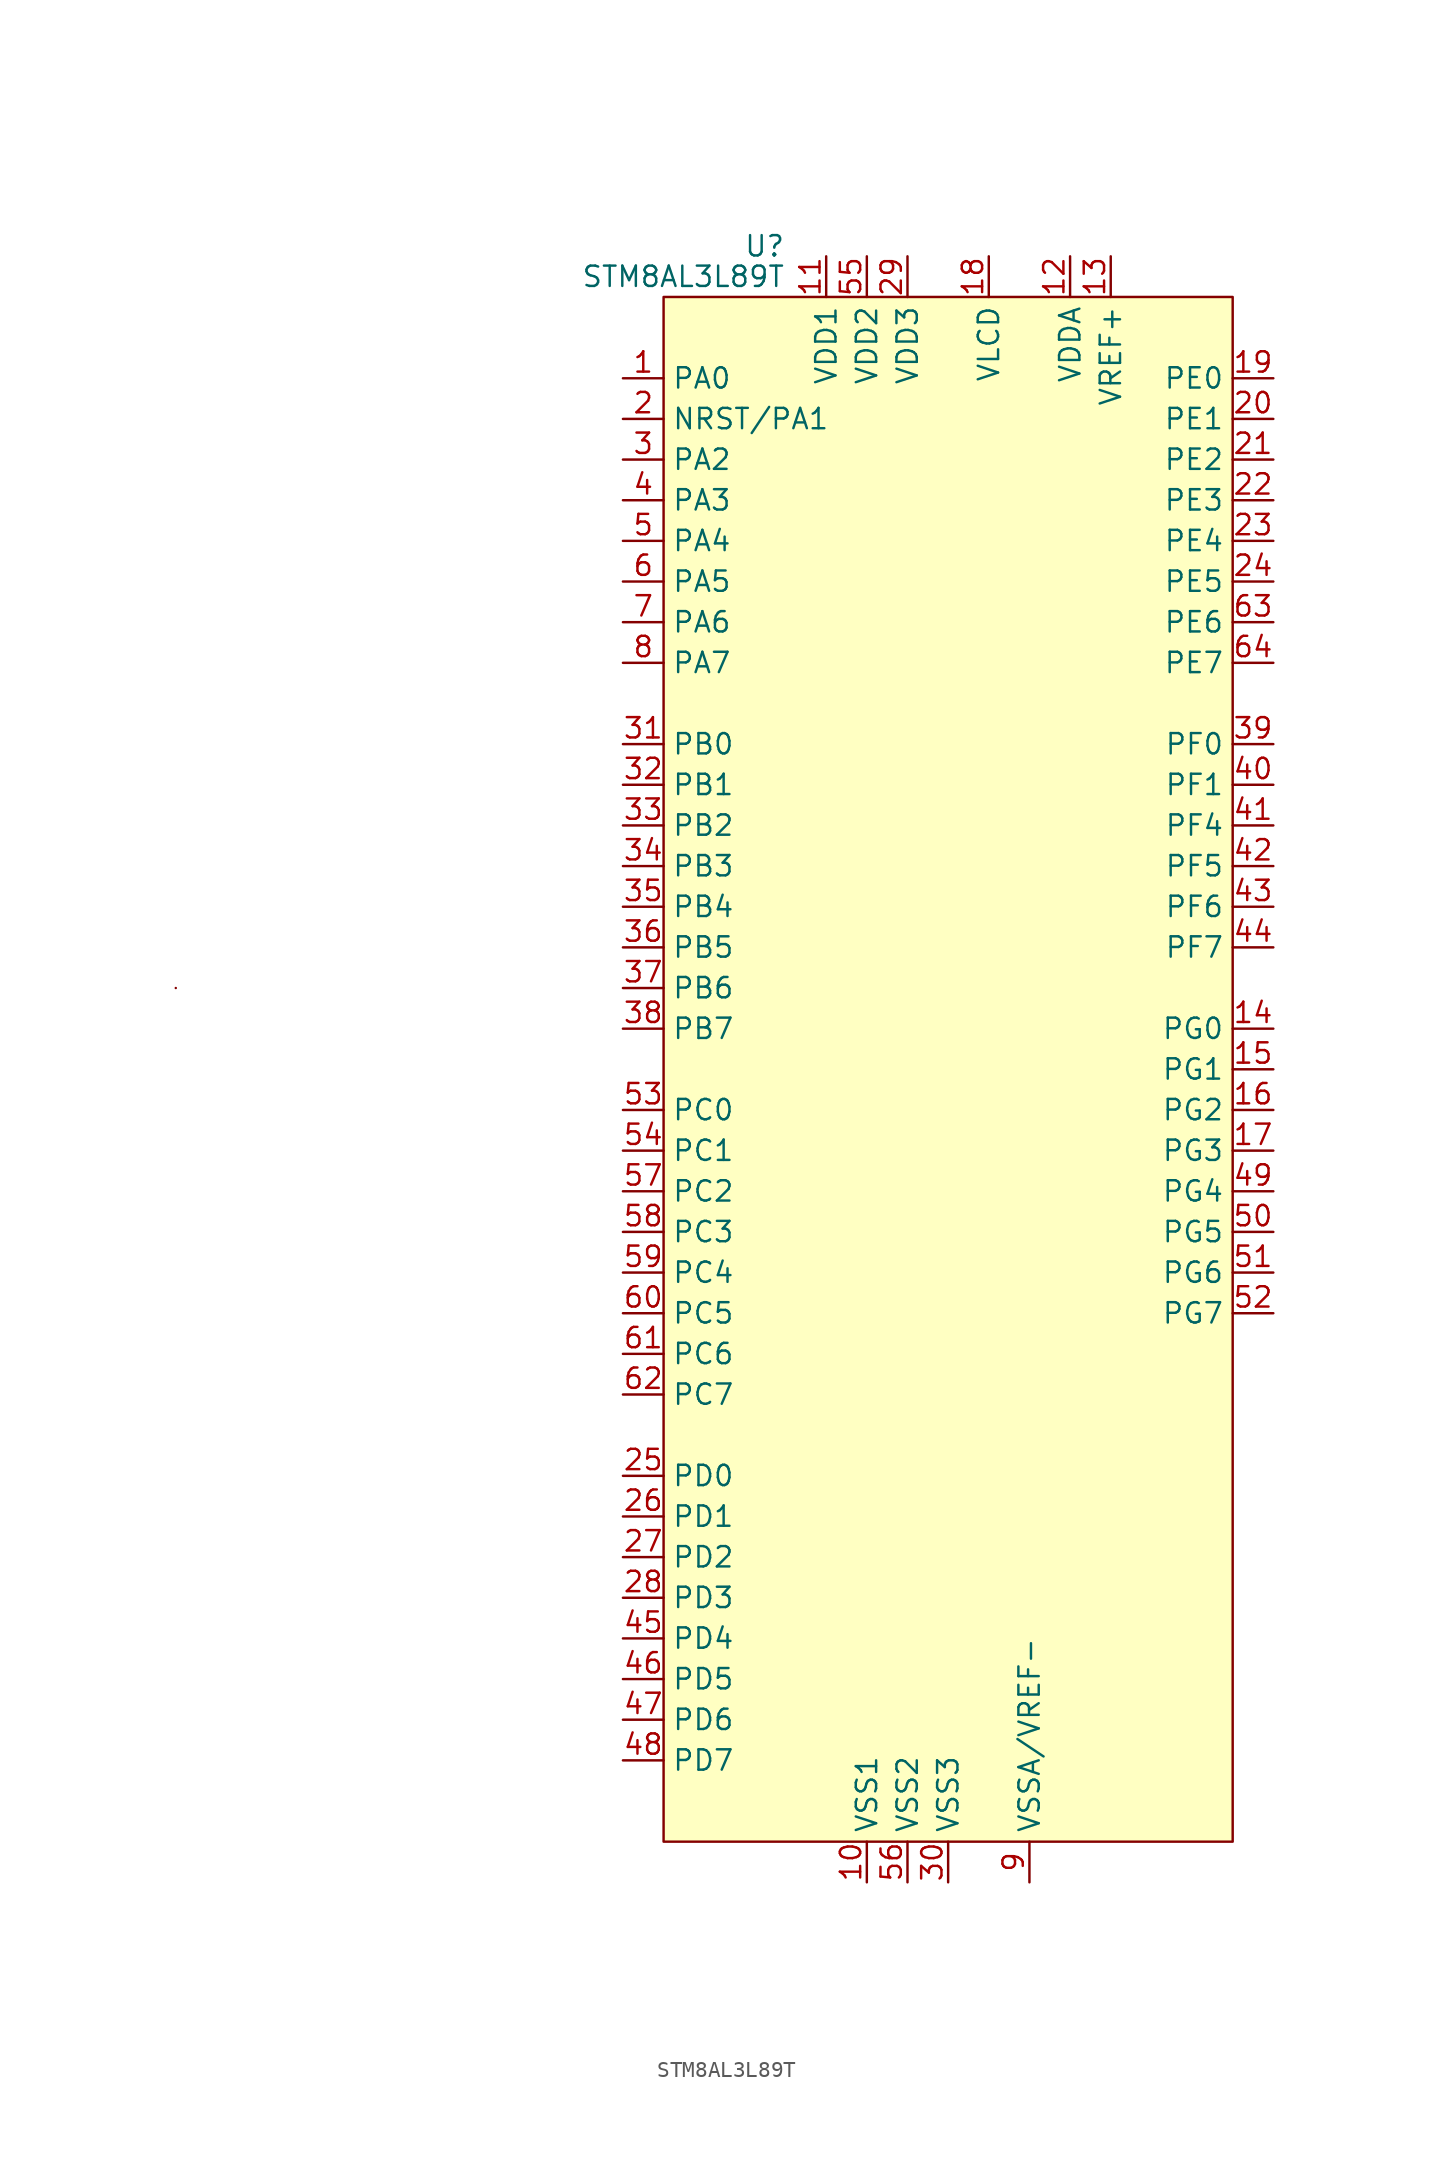
<source format=kicad_sym>
(kicad_symbol_lib
  (version 20211014)
  (generator kicad_symbol_editor)
  (symbol "STM8AL3L89T"
    (property "Reference" "U"
      (at -10.16 51.435 0)
      (effects (font (size 1.27 1.27)) (justify right)))
    (property "Value" "STM8AL3L89T"
      (at -10.16 49.53 0)
      (effects (font (size 1.27 1.27)) (justify right)))
    (symbol "STM8AL3L89T_0_0"
      (pin bidirectional line (at -20.32 43.18 0) (length 2.54) (name "PA0" (effects (font (size 1.27 1.27)))) (number "1" (effects (font (size 1.27 1.27)))))
      (pin power_in line (at -5.08 -50.8 90) (length 2.54) (name "VSS1" (effects (font (size 1.27 1.27)))) (number "10" (effects (font (size 1.27 1.27)))))
      (pin power_in line (at -7.62 50.8 270) (length 2.54) (name "VDD1" (effects (font (size 1.27 1.27)))) (number "11" (effects (font (size 1.27 1.27)))))
      (pin power_in line (at 7.62 50.8 270) (length 2.54) (name "VDDA" (effects (font (size 1.27 1.27)))) (number "12" (effects (font (size 1.27 1.27)))))
      (pin power_in line (at 10.16 50.8 270) (length 2.54) (name "VREF+" (effects (font (size 1.27 1.27)))) (number "13" (effects (font (size 1.27 1.27)))))
      (pin bidirectional line (at 20.32 2.54 180) (length 2.54) (name "PG0" (effects (font (size 1.27 1.27)))) (number "14" (effects (font (size 1.27 1.27)))))
      (pin bidirectional line (at 20.32 0 180) (length 2.54) (name "PG1" (effects (font (size 1.27 1.27)))) (number "15" (effects (font (size 1.27 1.27)))))
      (pin bidirectional line (at 20.32 -2.54 180) (length 2.54) (name "PG2" (effects (font (size 1.27 1.27)))) (number "16" (effects (font (size 1.27 1.27)))))
      (pin bidirectional line (at 20.32 -5.08 180) (length 2.54) (name "PG3" (effects (font (size 1.27 1.27)))) (number "17" (effects (font (size 1.27 1.27)))))
      (pin power_in line (at 2.54 50.8 270) (length 2.54) (name "VLCD" (effects (font (size 1.27 1.27)))) (number "18" (effects (font (size 1.27 1.27)))))
      (pin bidirectional line (at 20.32 43.18 180) (length 2.54) (name "PE0" (effects (font (size 1.27 1.27)))) (number "19" (effects (font (size 1.27 1.27)))))
      (pin bidirectional line (at -20.32 40.64 0) (length 2.54) (name "NRST/PA1" (effects (font (size 1.27 1.27)))) (number "2" (effects (font (size 1.27 1.27)))))
      (pin bidirectional line (at 20.32 40.64 180) (length 2.54) (name "PE1" (effects (font (size 1.27 1.27)))) (number "20" (effects (font (size 1.27 1.27)))))
      (pin bidirectional line (at 20.32 38.1 180) (length 2.54) (name "PE2" (effects (font (size 1.27 1.27)))) (number "21" (effects (font (size 1.27 1.27)))))
      (pin bidirectional line (at 20.32 35.56 180) (length 2.54) (name "PE3" (effects (font (size 1.27 1.27)))) (number "22" (effects (font (size 1.27 1.27)))))
      (pin bidirectional line (at 20.32 33.02 180) (length 2.54) (name "PE4" (effects (font (size 1.27 1.27)))) (number "23" (effects (font (size 1.27 1.27)))))
      (pin bidirectional line (at 20.32 30.48 180) (length 2.54) (name "PE5" (effects (font (size 1.27 1.27)))) (number "24" (effects (font (size 1.27 1.27)))))
      (pin bidirectional line (at -20.32 -25.4 0) (length 2.54) (name "PD0" (effects (font (size 1.27 1.27)))) (number "25" (effects (font (size 1.27 1.27)))))
      (pin bidirectional line (at -20.32 -27.94 0) (length 2.54) (name "PD1" (effects (font (size 1.27 1.27)))) (number "26" (effects (font (size 1.27 1.27)))))
      (pin bidirectional line (at -20.32 -30.48 0) (length 2.54) (name "PD2" (effects (font (size 1.27 1.27)))) (number "27" (effects (font (size 1.27 1.27)))))
      (pin bidirectional line (at -20.32 -33.02 0) (length 2.54) (name "PD3" (effects (font (size 1.27 1.27)))) (number "28" (effects (font (size 1.27 1.27)))))
      (pin power_in line (at -2.54 50.8 270) (length 2.54) (name "VDD3" (effects (font (size 1.27 1.27)))) (number "29" (effects (font (size 1.27 1.27)))))
      (pin bidirectional line (at -20.32 38.1 0) (length 2.54) (name "PA2" (effects (font (size 1.27 1.27)))) (number "3" (effects (font (size 1.27 1.27)))))
      (pin power_in line (at 0 -50.8 90) (length 2.54) (name "VSS3" (effects (font (size 1.27 1.27)))) (number "30" (effects (font (size 1.27 1.27)))))
      (pin bidirectional line (at -20.32 20.32 0) (length 2.54) (name "PB0" (effects (font (size 1.27 1.27)))) (number "31" (effects (font (size 1.27 1.27)))))
      (pin bidirectional line (at -20.32 17.78 0) (length 2.54) (name "PB1" (effects (font (size 1.27 1.27)))) (number "32" (effects (font (size 1.27 1.27)))))
      (pin bidirectional line (at -20.32 15.24 0) (length 2.54) (name "PB2" (effects (font (size 1.27 1.27)))) (number "33" (effects (font (size 1.27 1.27)))))
      (pin bidirectional line (at -20.32 12.7 0) (length 2.54) (name "PB3" (effects (font (size 1.27 1.27)))) (number "34" (effects (font (size 1.27 1.27)))))
      (pin bidirectional line (at -20.32 10.16 0) (length 2.54) (name "PB4" (effects (font (size 1.27 1.27)))) (number "35" (effects (font (size 1.27 1.27)))))
      (pin bidirectional line (at -20.32 7.62 0) (length 2.54) (name "PB5" (effects (font (size 1.27 1.27)))) (number "36" (effects (font (size 1.27 1.27)))))
      (pin bidirectional line (at -20.32 5.08 0) (length 2.54) (name "PB6" (effects (font (size 1.27 1.27)))) (number "37" (effects (font (size 1.27 1.27)))))
      (pin bidirectional line (at -20.32 2.54 0) (length 2.54) (name "PB7" (effects (font (size 1.27 1.27)))) (number "38" (effects (font (size 1.27 1.27)))))
      (pin bidirectional line (at 20.32 20.32 180) (length 2.54) (name "PF0" (effects (font (size 1.27 1.27)))) (number "39" (effects (font (size 1.27 1.27)))))
      (pin bidirectional line (at -20.32 35.56 0) (length 2.54) (name "PA3" (effects (font (size 1.27 1.27)))) (number "4" (effects (font (size 1.27 1.27)))))
      (pin bidirectional line (at 20.32 17.78 180) (length 2.54) (name "PF1" (effects (font (size 1.27 1.27)))) (number "40" (effects (font (size 1.27 1.27)))))
      (pin bidirectional line (at 20.32 15.24 180) (length 2.54) (name "PF4" (effects (font (size 1.27 1.27)))) (number "41" (effects (font (size 1.27 1.27)))))
      (pin bidirectional line (at 20.32 12.7 180) (length 2.54) (name "PF5" (effects (font (size 1.27 1.27)))) (number "42" (effects (font (size 1.27 1.27)))))
      (pin bidirectional line (at 20.32 10.16 180) (length 2.54) (name "PF6" (effects (font (size 1.27 1.27)))) (number "43" (effects (font (size 1.27 1.27)))))
      (pin bidirectional line (at 20.32 7.62 180) (length 2.54) (name "PF7" (effects (font (size 1.27 1.27)))) (number "44" (effects (font (size 1.27 1.27)))))
      (pin bidirectional line (at -20.32 -35.56 0) (length 2.54) (name "PD4" (effects (font (size 1.27 1.27)))) (number "45" (effects (font (size 1.27 1.27)))))
      (pin bidirectional line (at -20.32 -38.1 0) (length 2.54) (name "PD5" (effects (font (size 1.27 1.27)))) (number "46" (effects (font (size 1.27 1.27)))))
      (pin bidirectional line (at -20.32 -40.64 0) (length 2.54) (name "PD6" (effects (font (size 1.27 1.27)))) (number "47" (effects (font (size 1.27 1.27)))))
      (pin bidirectional line (at -20.32 -43.18 0) (length 2.54) (name "PD7" (effects (font (size 1.27 1.27)))) (number "48" (effects (font (size 1.27 1.27)))))
      (pin bidirectional line (at 20.32 -7.62 180) (length 2.54) (name "PG4" (effects (font (size 1.27 1.27)))) (number "49" (effects (font (size 1.27 1.27)))))
      (pin bidirectional line (at -20.32 33.02 0) (length 2.54) (name "PA4" (effects (font (size 1.27 1.27)))) (number "5" (effects (font (size 1.27 1.27)))))
      (pin bidirectional line (at 20.32 -10.16 180) (length 2.54) (name "PG5" (effects (font (size 1.27 1.27)))) (number "50" (effects (font (size 1.27 1.27)))))
      (pin bidirectional line (at 20.32 -12.7 180) (length 2.54) (name "PG6" (effects (font (size 1.27 1.27)))) (number "51" (effects (font (size 1.27 1.27)))))
      (pin bidirectional line (at 20.32 -15.24 180) (length 2.54) (name "PG7" (effects (font (size 1.27 1.27)))) (number "52" (effects (font (size 1.27 1.27)))))
      (pin bidirectional line (at -20.32 -2.54 0) (length 2.54) (name "PC0" (effects (font (size 1.27 1.27)))) (number "53" (effects (font (size 1.27 1.27)))))
      (pin bidirectional line (at -20.32 -5.08 0) (length 2.54) (name "PC1" (effects (font (size 1.27 1.27)))) (number "54" (effects (font (size 1.27 1.27)))))
      (pin power_in line (at -5.08 50.8 270) (length 2.54) (name "VDD2" (effects (font (size 1.27 1.27)))) (number "55" (effects (font (size 1.27 1.27)))))
      (pin power_in line (at -2.54 -50.8 90) (length 2.54) (name "VSS2" (effects (font (size 1.27 1.27)))) (number "56" (effects (font (size 1.27 1.27)))))
      (pin bidirectional line (at -20.32 -7.62 0) (length 2.54) (name "PC2" (effects (font (size 1.27 1.27)))) (number "57" (effects (font (size 1.27 1.27)))))
      (pin bidirectional line (at -20.32 -10.16 0) (length 2.54) (name "PC3" (effects (font (size 1.27 1.27)))) (number "58" (effects (font (size 1.27 1.27)))))
      (pin bidirectional line (at -20.32 -12.7 0) (length 2.54) (name "PC4" (effects (font (size 1.27 1.27)))) (number "59" (effects (font (size 1.27 1.27)))))
      (pin bidirectional line (at -20.32 30.48 0) (length 2.54) (name "PA5" (effects (font (size 1.27 1.27)))) (number "6" (effects (font (size 1.27 1.27)))))
      (pin bidirectional line (at -20.32 -15.24 0) (length 2.54) (name "PC5" (effects (font (size 1.27 1.27)))) (number "60" (effects (font (size 1.27 1.27)))))
      (pin bidirectional line (at -20.32 -17.78 0) (length 2.54) (name "PC6" (effects (font (size 1.27 1.27)))) (number "61" (effects (font (size 1.27 1.27)))))
      (pin bidirectional line (at -20.32 -20.32 0) (length 2.54) (name "PC7" (effects (font (size 1.27 1.27)))) (number "62" (effects (font (size 1.27 1.27)))))
      (pin bidirectional line (at 20.32 27.94 180) (length 2.54) (name "PE6" (effects (font (size 1.27 1.27)))) (number "63" (effects (font (size 1.27 1.27)))))
      (pin bidirectional line (at 20.32 25.4 180) (length 2.54) (name "PE7" (effects (font (size 1.27 1.27)))) (number "64" (effects (font (size 1.27 1.27)))))
      (pin bidirectional line (at -20.32 27.94 0) (length 2.54) (name "PA6" (effects (font (size 1.27 1.27)))) (number "7" (effects (font (size 1.27 1.27)))))
      (pin bidirectional line (at -20.32 25.4 0) (length 2.54) (name "PA7" (effects (font (size 1.27 1.27)))) (number "8" (effects (font (size 1.27 1.27)))))
      (pin power_in line (at 5.08 -50.8 90) (length 2.54) (name "VSSA/VREF-" (effects (font (size 1.27 1.27)))) (number "9" (effects (font (size 1.27 1.27))))))
    (symbol "STM8AL3L89T_0_1"
      (rectangle (start -48.26 5.08) (end -48.26 5.08) (stroke (width 0.152) (type default) (color 0 0 0 0)) (fill (type none)))
      (rectangle (start -17.78 48.26) (end 17.78 -48.26) (stroke (width 0) (type default) (color 0 0 0 0)) (fill (type background))))))
</source>
